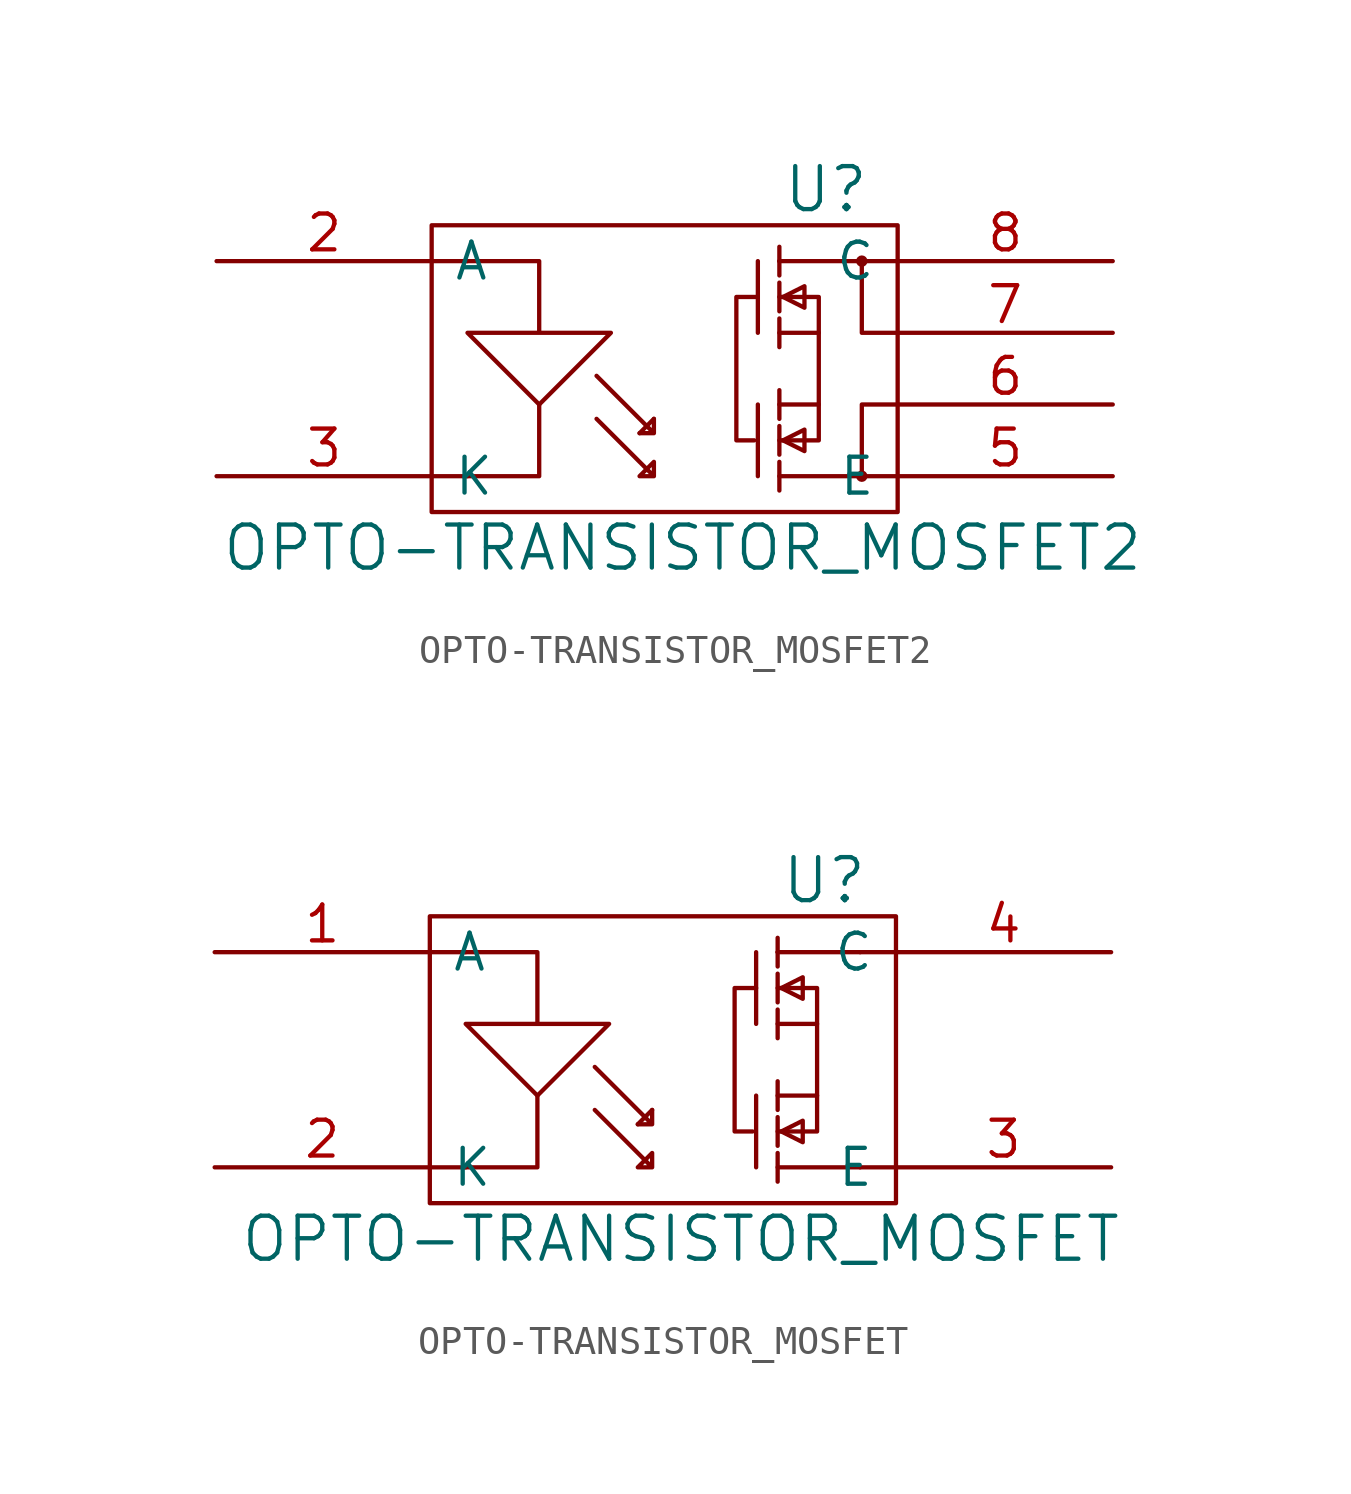
<source format=kicad_sym>
(kicad_symbol_lib
  (version 20211014)
  (generator kicad_symbol_editor)
  (symbol "OPTO-TRANSISTOR_MOSFET2"
    (pin_names
      (offset 0.762))
    (property "Reference" "U"
      (at 5.08 6.35 0)
      (effects (font (size 1.524 1.524))))
    (property "Value" "OPTO-TRANSISTOR_MOSFET2"
      (at 0 -6.35 0)
      (effects (font (size 1.524 1.524))))
    (property "Footprint" ""
      (at 0 0 0)
      (effects (font (size 1.524 1.524))))
    (property "Datasheet" ""
      (at 0 0 0)
      (effects (font (size 1.524 1.524))))
    (symbol "OPTO-TRANSISTOR_MOSFET2_0_1"
      (rectangle (start -8.89 5.08) (end 7.62 -5.08) (stroke (width 0) (type default) (color 0 0 0 0)) (fill (type none)))
      (polyline (pts (xy 2.667 -1.27) (xy 2.667 -3.81)) (stroke (width 0) (type default) (color 0 0 0 0)) (fill (type none)))
      (polyline (pts (xy 2.667 3.81) (xy 2.667 1.27)) (stroke (width 0) (type default) (color 0 0 0 0)) (fill (type none)))
      (polyline (pts (xy 3.429 -3.302) (xy 3.429 -4.318)) (stroke (width 0) (type default) (color 0 0 0 0)) (fill (type none)))
      (polyline (pts (xy 3.429 -3.048) (xy 3.429 -2.032)) (stroke (width 0) (type default) (color 0 0 0 0)) (fill (type none)))
      (polyline (pts (xy 3.429 -1.778) (xy 3.429 -0.762)) (stroke (width 0) (type default) (color 0 0 0 0)) (fill (type none)))
      (polyline (pts (xy 3.429 1.778) (xy 3.429 0.762)) (stroke (width 0) (type default) (color 0 0 0 0)) (fill (type none)))
      (polyline (pts (xy 3.429 3.048) (xy 3.429 2.032)) (stroke (width 0) (type default) (color 0 0 0 0)) (fill (type none)))
      (polyline (pts (xy 3.429 3.81) (xy 3.429 3.302)) (stroke (width 0) (type default) (color 0 0 0 0)) (fill (type none)))
      (polyline (pts (xy 3.429 3.81) (xy 3.429 4.318)) (stroke (width 0) (type default) (color 0 0 0 0)) (fill (type none)))
      (polyline (pts (xy 4.826 1.27) (xy 4.826 -1.27)) (stroke (width 0) (type default) (color 0 0 0 0)) (fill (type none)))
      (polyline (pts (xy 6.35 -3.81) (xy 3.429 -3.81)) (stroke (width 0) (type default) (color 0 0 0 0)) (fill (type none)))
      (polyline (pts (xy 6.35 3.81) (xy 3.429 3.81)) (stroke (width 0) (type default) (color 0 0 0 0)) (fill (type none)))
      (polyline (pts (xy -8.89 -3.81) (xy -7.62 -3.81) (xy -7.62 -3.81)) (stroke (width 0) (type default) (color 0 0 0 0)) (fill (type none)))
      (polyline (pts (xy -8.89 3.81) (xy -7.62 3.81) (xy -7.62 3.81)) (stroke (width 0) (type default) (color 0 0 0 0)) (fill (type none)))
      (polyline (pts (xy -1.524 -2.286) (xy -1.016 -1.778) (xy -1.016 -1.778)) (stroke (width 0) (type default) (color 0 0 0 0)) (fill (type none)))
      (polyline (pts (xy 6.35 3.81) (xy 6.35 1.27) (xy 7.62 1.27)) (stroke (width 0) (type default) (color 0 0 0 0)) (fill (type none)))
      (polyline (pts (xy 7.62 -3.81) (xy 6.35 -3.81) (xy 6.35 -3.81)) (stroke (width 0) (type default) (color 0 0 0 0)) (fill (type none)))
      (polyline (pts (xy 7.62 -1.27) (xy 6.35 -1.27) (xy 6.35 -3.81)) (stroke (width 0) (type default) (color 0 0 0 0)) (fill (type none)))
      (polyline (pts (xy 7.62 3.81) (xy 6.35 3.81) (xy 6.35 3.81)) (stroke (width 0) (type default) (color 0 0 0 0)) (fill (type none)))
      (polyline (pts (xy -5.08 -1.27) (xy -5.08 -3.81) (xy -7.62 -3.81) (xy -7.62 -3.81)) (stroke (width 0) (type default) (color 0 0 0 0)) (fill (type none)))
      (polyline (pts (xy 2.54 -2.54) (xy 1.905 -2.54) (xy 1.905 2.54) (xy 2.667 2.54)) (stroke (width 0) (type default) (color 0 0 0 0)) (fill (type none)))
      (polyline (pts (xy 3.429 -1.27) (xy 4.826 -1.27) (xy 4.826 -2.54) (xy 3.429 -2.54)) (stroke (width 0) (type default) (color 0 0 0 0)) (fill (type none)))
      (polyline (pts (xy 3.429 1.27) (xy 4.826 1.27) (xy 4.826 2.54) (xy 3.429 2.54)) (stroke (width 0) (type default) (color 0 0 0 0)) (fill (type none)))
      (polyline (pts (xy 3.556 -2.54) (xy 4.318 -2.159) (xy 4.318 -2.921) (xy 3.556 -2.54)) (stroke (width 0) (type default) (color 0 0 0 0)) (fill (type none)))
      (polyline (pts (xy 3.556 2.54) (xy 4.318 2.921) (xy 4.318 2.159) (xy 3.556 2.54)) (stroke (width 0) (type default) (color 0 0 0 0)) (fill (type none)))
      (polyline (pts (xy -3.048 -0.254) (xy -1.016 -2.286) (xy -1.016 -1.778) (xy -1.016 -2.286) (xy -1.524 -2.286) (xy -1.524 -2.286)) (stroke (width 0) (type default) (color 0 0 0 0)) (fill (type none)))
      (polyline (pts (xy -3.048 -1.778) (xy -1.016 -3.81) (xy -1.016 -3.302) (xy -1.016 -3.81) (xy -1.524 -3.81) (xy -1.016 -3.302) (xy -1.016 -3.302)) (stroke (width 0) (type default) (color 0 0 0 0)) (fill (type none)))
      (polyline (pts (xy -7.62 3.81) (xy -5.08 3.81) (xy -5.08 1.27) (xy -7.62 1.27) (xy -5.08 -1.27) (xy -2.54 1.27) (xy -5.08 1.27) (xy -5.08 1.27)) (stroke (width 0) (type default) (color 0 0 0 0)) (fill (type none)))
      (circle (center 6.35 -3.81) (radius 0.127) (stroke (width 0) (type default) (color 0 0 0 0)) (fill (type none)))
      (circle (center 6.35 3.81) (radius 0.127) (stroke (width 0) (type default) (color 0 0 0 0)) (fill (type none))))
    (symbol "OPTO-TRANSISTOR_MOSFET2_1_1"
      (pin passive line (at -16.51 3.81 0) (length 7.62) (name "A" (effects (font (size 1.27 1.27)))) (number "2" (effects (font (size 1.27 1.27)))))
      (pin passive line (at -16.51 -3.81 0) (length 7.62) (name "K" (effects (font (size 1.27 1.27)))) (number "3" (effects (font (size 1.27 1.27)))))
      (pin passive line (at 15.24 -3.81 180) (length 7.62) (name "E" (effects (font (size 1.27 1.27)))) (number "5" (effects (font (size 1.27 1.27)))))
      (pin passive line (at 15.24 -1.27 180) (length 7.62) (name "~" (effects (font (size 1.27 1.27)))) (number "6" (effects (font (size 1.27 1.27)))))
      (pin passive line (at 15.24 1.27 180) (length 7.62) (name "~" (effects (font (size 1.27 1.27)))) (number "7" (effects (font (size 1.27 1.27)))))
      (pin passive line (at 15.24 3.81 180) (length 7.62) (name "C" (effects (font (size 1.27 1.27)))) (number "8" (effects (font (size 1.27 1.27)))))))
  (symbol "OPTO-TRANSISTOR_MOSFET"
    (pin_names
      (offset 0.762))
    (property "Reference" "U"
      (at 5.08 6.35 0)
      (effects (font (size 1.524 1.524))))
    (property "Value" "OPTO-TRANSISTOR_MOSFET"
      (at 0 -6.35 0)
      (effects (font (size 1.524 1.524))))
    (property "Footprint" ""
      (at 0 0 0)
      (effects (font (size 1.524 1.524))))
    (property "Datasheet" ""
      (at 0 0 0)
      (effects (font (size 1.524 1.524))))
    (symbol "OPTO-TRANSISTOR_MOSFET_0_1"
      (rectangle (start -8.89 5.08) (end 7.62 -5.08) (stroke (width 0) (type default) (color 0 0 0 0)) (fill (type none)))
      (polyline (pts (xy 2.667 -1.27) (xy 2.667 -3.81)) (stroke (width 0) (type default) (color 0 0 0 0)) (fill (type none)))
      (polyline (pts (xy 2.667 3.81) (xy 2.667 1.27)) (stroke (width 0) (type default) (color 0 0 0 0)) (fill (type none)))
      (polyline (pts (xy 3.429 -3.302) (xy 3.429 -4.318)) (stroke (width 0) (type default) (color 0 0 0 0)) (fill (type none)))
      (polyline (pts (xy 3.429 -3.048) (xy 3.429 -2.032)) (stroke (width 0) (type default) (color 0 0 0 0)) (fill (type none)))
      (polyline (pts (xy 3.429 -1.778) (xy 3.429 -0.762)) (stroke (width 0) (type default) (color 0 0 0 0)) (fill (type none)))
      (polyline (pts (xy 3.429 1.778) (xy 3.429 0.762)) (stroke (width 0) (type default) (color 0 0 0 0)) (fill (type none)))
      (polyline (pts (xy 3.429 3.048) (xy 3.429 2.032)) (stroke (width 0) (type default) (color 0 0 0 0)) (fill (type none)))
      (polyline (pts (xy 3.429 3.81) (xy 3.429 3.302)) (stroke (width 0) (type default) (color 0 0 0 0)) (fill (type none)))
      (polyline (pts (xy 3.429 3.81) (xy 3.429 4.318)) (stroke (width 0) (type default) (color 0 0 0 0)) (fill (type none)))
      (polyline (pts (xy 4.826 1.27) (xy 4.826 -1.27)) (stroke (width 0) (type default) (color 0 0 0 0)) (fill (type none)))
      (polyline (pts (xy 6.35 -3.81) (xy 3.429 -3.81)) (stroke (width 0) (type default) (color 0 0 0 0)) (fill (type none)))
      (polyline (pts (xy 6.35 3.81) (xy 3.429 3.81)) (stroke (width 0) (type default) (color 0 0 0 0)) (fill (type none)))
      (polyline (pts (xy -8.89 -3.81) (xy -7.62 -3.81) (xy -7.62 -3.81)) (stroke (width 0) (type default) (color 0 0 0 0)) (fill (type none)))
      (polyline (pts (xy -8.89 3.81) (xy -7.62 3.81) (xy -7.62 3.81)) (stroke (width 0) (type default) (color 0 0 0 0)) (fill (type none)))
      (polyline (pts (xy -1.524 -2.286) (xy -1.016 -1.778) (xy -1.016 -1.778)) (stroke (width 0) (type default) (color 0 0 0 0)) (fill (type none)))
      (polyline (pts (xy 7.62 -3.81) (xy 6.35 -3.81) (xy 6.35 -3.81)) (stroke (width 0) (type default) (color 0 0 0 0)) (fill (type none)))
      (polyline (pts (xy 7.62 3.81) (xy 6.35 3.81) (xy 6.35 3.81)) (stroke (width 0) (type default) (color 0 0 0 0)) (fill (type none)))
      (polyline (pts (xy -5.08 -1.27) (xy -5.08 -3.81) (xy -7.62 -3.81) (xy -7.62 -3.81)) (stroke (width 0) (type default) (color 0 0 0 0)) (fill (type none)))
      (polyline (pts (xy 2.54 -2.54) (xy 1.905 -2.54) (xy 1.905 2.54) (xy 2.667 2.54)) (stroke (width 0) (type default) (color 0 0 0 0)) (fill (type none)))
      (polyline (pts (xy 3.429 -1.27) (xy 4.826 -1.27) (xy 4.826 -2.54) (xy 3.429 -2.54)) (stroke (width 0) (type default) (color 0 0 0 0)) (fill (type none)))
      (polyline (pts (xy 3.429 1.27) (xy 4.826 1.27) (xy 4.826 2.54) (xy 3.429 2.54)) (stroke (width 0) (type default) (color 0 0 0 0)) (fill (type none)))
      (polyline (pts (xy 3.556 -2.54) (xy 4.318 -2.159) (xy 4.318 -2.921) (xy 3.556 -2.54)) (stroke (width 0) (type default) (color 0 0 0 0)) (fill (type none)))
      (polyline (pts (xy 3.556 2.54) (xy 4.318 2.921) (xy 4.318 2.159) (xy 3.556 2.54)) (stroke (width 0) (type default) (color 0 0 0 0)) (fill (type none)))
      (polyline (pts (xy -3.048 -0.254) (xy -1.016 -2.286) (xy -1.016 -1.778) (xy -1.016 -2.286) (xy -1.524 -2.286) (xy -1.524 -2.286)) (stroke (width 0) (type default) (color 0 0 0 0)) (fill (type none)))
      (polyline (pts (xy -3.048 -1.778) (xy -1.016 -3.81) (xy -1.016 -3.302) (xy -1.016 -3.81) (xy -1.524 -3.81) (xy -1.016 -3.302) (xy -1.016 -3.302)) (stroke (width 0) (type default) (color 0 0 0 0)) (fill (type none)))
      (polyline (pts (xy -7.62 3.81) (xy -5.08 3.81) (xy -5.08 1.27) (xy -7.62 1.27) (xy -5.08 -1.27) (xy -2.54 1.27) (xy -5.08 1.27) (xy -5.08 1.27)) (stroke (width 0) (type default) (color 0 0 0 0)) (fill (type none))))
    (symbol "OPTO-TRANSISTOR_MOSFET_1_1"
      (pin passive line (at -16.51 3.81 0) (length 7.62) (name "A" (effects (font (size 1.27 1.27)))) (number "1" (effects (font (size 1.27 1.27)))))
      (pin passive line (at -16.51 -3.81 0) (length 7.62) (name "K" (effects (font (size 1.27 1.27)))) (number "2" (effects (font (size 1.27 1.27)))))
      (pin passive line (at 15.24 -3.81 180) (length 7.62) (name "E" (effects (font (size 1.27 1.27)))) (number "3" (effects (font (size 1.27 1.27)))))
      (pin passive line (at 15.24 3.81 180) (length 7.62) (name "C" (effects (font (size 1.27 1.27)))) (number "4" (effects (font (size 1.27 1.27))))))))
</source>
